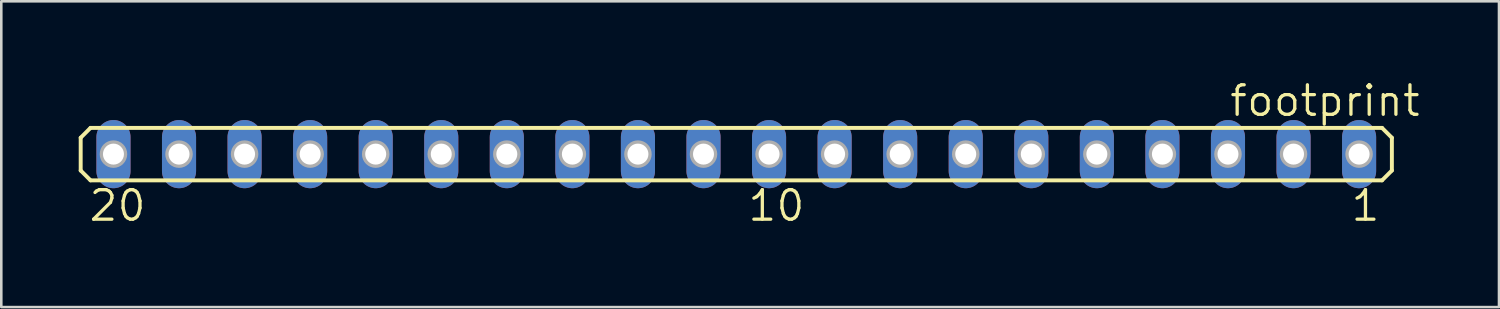
<source format=kicad_pcb>
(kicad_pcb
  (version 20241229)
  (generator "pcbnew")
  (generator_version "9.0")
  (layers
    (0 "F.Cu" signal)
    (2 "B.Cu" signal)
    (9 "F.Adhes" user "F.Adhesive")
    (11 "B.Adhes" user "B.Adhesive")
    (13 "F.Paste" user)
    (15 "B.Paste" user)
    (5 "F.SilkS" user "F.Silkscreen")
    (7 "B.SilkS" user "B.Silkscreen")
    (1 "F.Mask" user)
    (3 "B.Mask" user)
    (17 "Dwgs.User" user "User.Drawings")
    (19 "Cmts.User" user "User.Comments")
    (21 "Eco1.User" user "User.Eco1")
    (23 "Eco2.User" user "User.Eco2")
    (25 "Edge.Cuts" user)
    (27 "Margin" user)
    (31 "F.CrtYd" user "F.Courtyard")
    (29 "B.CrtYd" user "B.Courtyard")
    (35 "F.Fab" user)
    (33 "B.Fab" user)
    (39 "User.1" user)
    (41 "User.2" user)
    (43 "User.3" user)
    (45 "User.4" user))
  (footprint "footprint"
    (layer "F.Cu")
    (at 25.476 2.921)
    (property "Reference" "footprint" (at 19.05 -1.397 0) (layer "F.SilkS") (effects (font (size 1.143 1.143) (thickness 0.127)) (justify left bottom)))
    (fp_line (start -25.4 -0.635) (end -25.019 -1.016) (stroke (width 0.152) (type solid)) (layer "F.SilkS"))
    (fp_line (start -25.4 0.635) (end -25.4 -0.635) (stroke (width 0.152) (type solid)) (layer "F.SilkS"))
    (fp_line (start -25.019 -1.016) (end 25.019 -1.016) (stroke (width 0.152) (type solid)) (layer "F.SilkS"))
    (fp_line (start -25.019 1.016) (end -25.4 0.635) (stroke (width 0.152) (type solid)) (layer "F.SilkS"))
    (fp_line (start -25.019 1.016) (end 25.019 1.016) (stroke (width 0.152) (type solid)) (layer "F.SilkS"))
    (fp_line (start 25.019 1.016) (end 25.4 0.635) (stroke (width 0.152) (type solid)) (layer "F.SilkS"))
    (fp_line (start 25.4 -0.635) (end 25.019 -1.016) (stroke (width 0.152) (type solid)) (layer "F.SilkS"))
    (fp_line (start 25.4 0.635) (end 25.4 -0.635) (stroke (width 0.152) (type solid)) (layer "F.SilkS"))
    (fp_circle (center -24.13 0) (end -24.003 0) (stroke (width 0.406) (type solid)) (fill no) (layer "F.Fab"))
    (fp_circle (center -21.59 0) (end -21.463 0) (stroke (width 0.406) (type solid)) (fill no) (layer "F.Fab"))
    (fp_circle (center -19.05 0) (end -18.923 0) (stroke (width 0.406) (type solid)) (fill no) (layer "F.Fab"))
    (fp_circle (center -16.51 0) (end -16.383 0) (stroke (width 0.406) (type solid)) (fill no) (layer "F.Fab"))
    (fp_circle (center -13.97 0) (end -13.843 0) (stroke (width 0.406) (type solid)) (fill no) (layer "F.Fab"))
    (fp_circle (center -11.43 0) (end -11.303 0) (stroke (width 0.406) (type solid)) (fill no) (layer "F.Fab"))
    (fp_circle (center -8.89 0) (end -8.763 0) (stroke (width 0.406) (type solid)) (fill no) (layer "F.Fab"))
    (fp_circle (center -6.35 0) (end -6.223 0) (stroke (width 0.406) (type solid)) (fill no) (layer "F.Fab"))
    (fp_circle (center -3.81 0) (end -3.683 0) (stroke (width 0.406) (type solid)) (fill no) (layer "F.Fab"))
    (fp_circle (center -1.27 0) (end -1.143 0) (stroke (width 0.406) (type solid)) (fill no) (layer "F.Fab"))
    (fp_circle (center 1.27 0) (end 1.397 0) (stroke (width 0.406) (type solid)) (fill no) (layer "F.Fab"))
    (fp_circle (center 3.81 0) (end 3.937 0) (stroke (width 0.406) (type solid)) (fill no) (layer "F.Fab"))
    (fp_circle (center 6.35 0) (end 6.477 0) (stroke (width 0.406) (type solid)) (fill no) (layer "F.Fab"))
    (fp_circle (center 8.89 0) (end 9.017 0) (stroke (width 0.406) (type solid)) (fill no) (layer "F.Fab"))
    (fp_circle (center 11.43 0) (end 11.557 0) (stroke (width 0.406) (type solid)) (fill no) (layer "F.Fab"))
    (fp_circle (center 13.97 0) (end 14.097 0) (stroke (width 0.406) (type solid)) (fill no) (layer "F.Fab"))
    (fp_circle (center 16.51 0) (end 16.637 0) (stroke (width 0.406) (type solid)) (fill no) (layer "F.Fab"))
    (fp_circle (center 19.05 0) (end 19.177 0) (stroke (width 0.406) (type solid)) (fill no) (layer "F.Fab"))
    (fp_circle (center 21.59 0) (end 21.717 0) (stroke (width 0.406) (type solid)) (fill no) (layer "F.Fab"))
    (fp_circle (center 24.13 0) (end 24.257 0) (stroke (width 0.406) (type solid)) (fill no) (layer "F.Fab"))
    (fp_text user "1" (at 23.749 2.667 0) (layer "F.SilkS") (effects (font (size 1.143 1.143) (thickness 0.127)) (justify left bottom)))
    (fp_text user "10" (at 0.381 2.667 0) (layer "F.SilkS") (effects (font (size 1.143 1.143) (thickness 0.127)) (justify left bottom)))
    (fp_text user "20" (at -25.146 2.667 0) (layer "F.SilkS") (effects (font (size 1.143 1.143) (thickness 0.127)) (justify left bottom)))
    (pad "1" thru_hole oval (at 24.13 0 90) (size 2.642 1.321) (drill 0.813) (layers "*.Cu" "*.Mask"))
    (pad "2" thru_hole oval (at 21.59 0 90) (size 2.642 1.321) (drill 0.813) (layers "*.Cu" "*.Mask"))
    (pad "3" thru_hole oval (at 19.05 0 90) (size 2.642 1.321) (drill 0.813) (layers "*.Cu" "*.Mask"))
    (pad "4" thru_hole oval (at 16.51 0 90) (size 2.642 1.321) (drill 0.813) (layers "*.Cu" "*.Mask"))
    (pad "5" thru_hole oval (at 13.97 0 90) (size 2.642 1.321) (drill 0.813) (layers "*.Cu" "*.Mask"))
    (pad "6" thru_hole oval (at 11.43 0 90) (size 2.642 1.321) (drill 0.813) (layers "*.Cu" "*.Mask"))
    (pad "7" thru_hole oval (at 8.89 0 90) (size 2.642 1.321) (drill 0.813) (layers "*.Cu" "*.Mask"))
    (pad "8" thru_hole oval (at 6.35 0 90) (size 2.642 1.321) (drill 0.813) (layers "*.Cu" "*.Mask"))
    (pad "9" thru_hole oval (at 3.81 0 90) (size 2.642 1.321) (drill 0.813) (layers "*.Cu" "*.Mask"))
    (pad "10" thru_hole oval (at 1.27 0 90) (size 2.642 1.321) (drill 0.813) (layers "*.Cu" "*.Mask"))
    (pad "11" thru_hole oval (at -1.27 0 90) (size 2.642 1.321) (drill 0.813) (layers "*.Cu" "*.Mask"))
    (pad "12" thru_hole oval (at -3.81 0 90) (size 2.642 1.321) (drill 0.813) (layers "*.Cu" "*.Mask"))
    (pad "13" thru_hole oval (at -6.35 0 90) (size 2.642 1.321) (drill 0.813) (layers "*.Cu" "*.Mask"))
    (pad "14" thru_hole oval (at -8.89 0 90) (size 2.642 1.321) (drill 0.813) (layers "*.Cu" "*.Mask"))
    (pad "15" thru_hole oval (at -11.43 0 90) (size 2.642 1.321) (drill 0.813) (layers "*.Cu" "*.Mask"))
    (pad "16" thru_hole oval (at -13.97 0 90) (size 2.642 1.321) (drill 0.813) (layers "*.Cu" "*.Mask"))
    (pad "17" thru_hole oval (at -16.51 0 90) (size 2.642 1.321) (drill 0.813) (layers "*.Cu" "*.Mask"))
    (pad "18" thru_hole oval (at -19.05 0 90) (size 2.642 1.321) (drill 0.813) (layers "*.Cu" "*.Mask"))
    (pad "19" thru_hole oval (at -21.59 0 90) (size 2.642 1.321) (drill 0.813) (layers "*.Cu" "*.Mask"))
    (pad "20" thru_hole oval (at -24.13 0 90) (size 2.642 1.321) (drill 0.813) (layers "*.Cu" "*.Mask")))
  (gr_rect
    (start -3 -3)
    (end 55.026 8.847)
    (stroke (width 0.1) (type default))
    (fill no)
    (layer "Edge.Cuts")))
</source>
